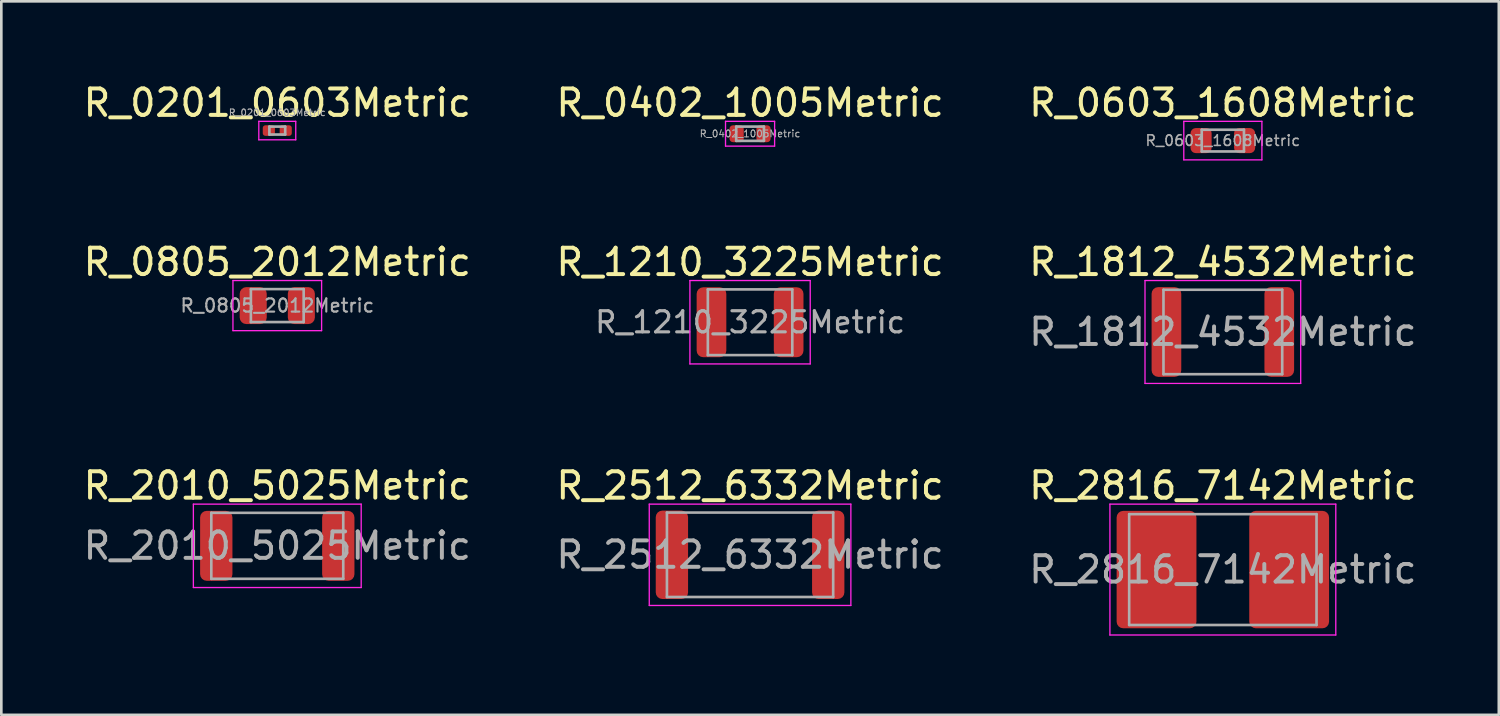
<source format=kicad_pcb>
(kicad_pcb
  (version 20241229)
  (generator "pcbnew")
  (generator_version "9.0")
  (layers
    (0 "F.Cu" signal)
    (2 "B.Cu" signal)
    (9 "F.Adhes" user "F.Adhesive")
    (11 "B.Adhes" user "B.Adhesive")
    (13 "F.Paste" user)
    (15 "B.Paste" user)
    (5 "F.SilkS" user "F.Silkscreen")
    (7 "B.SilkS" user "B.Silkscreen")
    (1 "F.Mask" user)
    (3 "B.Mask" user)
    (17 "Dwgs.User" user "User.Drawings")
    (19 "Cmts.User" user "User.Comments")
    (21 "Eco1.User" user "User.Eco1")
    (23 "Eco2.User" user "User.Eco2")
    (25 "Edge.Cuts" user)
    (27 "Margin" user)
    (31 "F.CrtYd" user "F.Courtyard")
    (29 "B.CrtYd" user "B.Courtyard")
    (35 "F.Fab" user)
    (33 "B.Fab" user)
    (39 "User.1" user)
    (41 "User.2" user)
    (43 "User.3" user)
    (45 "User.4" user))
  (footprint "R_0805_2012Metric"
    (layer "F.Cu")
    (at 7.458 8.531)
    (property "Reference" "R_0805_2012Metric" (at 0 -1.65 0) (layer "F.SilkS") (effects (font (size 1 1) (thickness 0.15))))
    (attr smd)
    (fp_line (start -1.68 -0.95) (end 1.68 -0.95) (stroke (width 0.05) (type solid)) (layer "F.CrtYd"))
    (fp_line (start -1.68 0.95) (end -1.68 -0.95) (stroke (width 0.05) (type solid)) (layer "F.CrtYd"))
    (fp_line (start 1.68 -0.95) (end 1.68 0.95) (stroke (width 0.05) (type solid)) (layer "F.CrtYd"))
    (fp_line (start 1.68 0.95) (end -1.68 0.95) (stroke (width 0.05) (type solid)) (layer "F.CrtYd"))
    (fp_line (start -1 -0.625) (end 1 -0.625) (stroke (width 0.1) (type solid)) (layer "F.Fab"))
    (fp_line (start -1 0.625) (end -1 -0.625) (stroke (width 0.1) (type solid)) (layer "F.Fab"))
    (fp_line (start 1 -0.625) (end 1 0.625) (stroke (width 0.1) (type solid)) (layer "F.Fab"))
    (fp_line (start 1 0.625) (end -1 0.625) (stroke (width 0.1) (type solid)) (layer "F.Fab"))
    (fp_text user "${REFERENCE}" (at 0 0 0) (layer "F.Fab") (effects (font (size 0.5 0.5) (thickness 0.08))))
    (pad "1" smd roundrect (at -0.912 0) (size 1.025 1.4) (layers "F.Cu" "F.Mask" "F.Paste") (roundrect_rratio 0.244))
    (pad "2" smd roundrect (at 0.912 0) (size 1.025 1.4) (layers "F.Cu" "F.Mask" "F.Paste") (roundrect_rratio 0.244)))
  (footprint "R_0402_1005Metric"
    (layer "F.Cu")
    (at 25.375 2.018)
    (property "Reference" "R_0402_1005Metric" (at 0 -1.17 0) (layer "F.SilkS") (effects (font (size 1 1) (thickness 0.15))))
    (attr smd)
    (fp_line (start -0.93 -0.47) (end 0.93 -0.47) (stroke (width 0.05) (type solid)) (layer "F.CrtYd"))
    (fp_line (start -0.93 0.47) (end -0.93 -0.47) (stroke (width 0.05) (type solid)) (layer "F.CrtYd"))
    (fp_line (start 0.93 -0.47) (end 0.93 0.47) (stroke (width 0.05) (type solid)) (layer "F.CrtYd"))
    (fp_line (start 0.93 0.47) (end -0.93 0.47) (stroke (width 0.05) (type solid)) (layer "F.CrtYd"))
    (fp_line (start -0.525 -0.27) (end 0.525 -0.27) (stroke (width 0.1) (type solid)) (layer "F.Fab"))
    (fp_line (start -0.525 0.27) (end -0.525 -0.27) (stroke (width 0.1) (type solid)) (layer "F.Fab"))
    (fp_line (start 0.525 -0.27) (end 0.525 0.27) (stroke (width 0.1) (type solid)) (layer "F.Fab"))
    (fp_line (start 0.525 0.27) (end -0.525 0.27) (stroke (width 0.1) (type solid)) (layer "F.Fab"))
    (fp_text user "${REFERENCE}" (at 0 0 0) (layer "F.Fab") (effects (font (size 0.26 0.26) (thickness 0.04))))
    (pad "1" smd roundrect (at -0.51 0) (size 0.54 0.64) (layers "F.Cu" "F.Mask" "F.Paste") (roundrect_rratio 0.25))
    (pad "2" smd roundrect (at 0.51 0) (size 0.54 0.64) (layers "F.Cu" "F.Mask" "F.Paste") (roundrect_rratio 0.25))
    (zone (net_name "") (layer "F.Cu") (hatch edge 0.5) (connect_pads) (min_thickness 0.25) (filled_areas_thickness no) (keepout (tracks allowed) (vias allowed) (pads allowed) (copperpour not_allowed) (footprints allowed)) (placement (enabled no)) (fill) (polygon (pts (xy 24.45 2.468) (xy 26.3 2.468) (xy 26.3 1.568) (xy 24.45 1.568)))))
  (footprint "R_2010_5025Metric"
    (layer "F.Cu")
    (at 7.458 17.635)
    (property "Reference" "R_2010_5025Metric" (at 0 -2.28 0) (layer "F.SilkS") (effects (font (size 1 1) (thickness 0.15))))
    (attr smd)
    (fp_line (start -3.18 -1.58) (end 3.18 -1.58) (stroke (width 0.05) (type solid)) (layer "F.CrtYd"))
    (fp_line (start -3.18 1.58) (end -3.18 -1.58) (stroke (width 0.05) (type solid)) (layer "F.CrtYd"))
    (fp_line (start 3.18 -1.58) (end 3.18 1.58) (stroke (width 0.05) (type solid)) (layer "F.CrtYd"))
    (fp_line (start 3.18 1.58) (end -3.18 1.58) (stroke (width 0.05) (type solid)) (layer "F.CrtYd"))
    (fp_line (start -2.5 -1.25) (end 2.5 -1.25) (stroke (width 0.1) (type solid)) (layer "F.Fab"))
    (fp_line (start -2.5 1.25) (end -2.5 -1.25) (stroke (width 0.1) (type solid)) (layer "F.Fab"))
    (fp_line (start 2.5 -1.25) (end 2.5 1.25) (stroke (width 0.1) (type solid)) (layer "F.Fab"))
    (fp_line (start 2.5 1.25) (end -2.5 1.25) (stroke (width 0.1) (type solid)) (layer "F.Fab"))
    (fp_text user "${REFERENCE}" (at 0 0 0) (layer "F.Fab") (effects (font (size 1 1) (thickness 0.15))))
    (pad "1" smd roundrect (at -2.312 0) (size 1.225 2.65) (layers "F.Cu" "F.Mask" "F.Paste") (roundrect_rratio 0.204))
    (pad "2" smd roundrect (at 2.312 0) (size 1.225 2.65) (layers "F.Cu" "F.Mask" "F.Paste") (roundrect_rratio 0.204)))
  (footprint "R_1210_3225Metric"
    (layer "F.Cu")
    (at 25.375 9.162)
    (property "Reference" "R_1210_3225Metric" (at 0 -2.28 0) (layer "F.SilkS") (effects (font (size 1 1) (thickness 0.15))))
    (attr smd)
    (fp_line (start -2.28 -1.58) (end 2.28 -1.58) (stroke (width 0.05) (type solid)) (layer "F.CrtYd"))
    (fp_line (start -2.28 1.58) (end -2.28 -1.58) (stroke (width 0.05) (type solid)) (layer "F.CrtYd"))
    (fp_line (start 2.28 -1.58) (end 2.28 1.58) (stroke (width 0.05) (type solid)) (layer "F.CrtYd"))
    (fp_line (start 2.28 1.58) (end -2.28 1.58) (stroke (width 0.05) (type solid)) (layer "F.CrtYd"))
    (fp_line (start -1.6 -1.245) (end 1.6 -1.245) (stroke (width 0.1) (type solid)) (layer "F.Fab"))
    (fp_line (start -1.6 1.245) (end -1.6 -1.245) (stroke (width 0.1) (type solid)) (layer "F.Fab"))
    (fp_line (start 1.6 -1.245) (end 1.6 1.245) (stroke (width 0.1) (type solid)) (layer "F.Fab"))
    (fp_line (start 1.6 1.245) (end -1.6 1.245) (stroke (width 0.1) (type solid)) (layer "F.Fab"))
    (fp_text user "${REFERENCE}" (at 0 0 0) (layer "F.Fab") (effects (font (size 0.8 0.8) (thickness 0.12))))
    (pad "1" smd roundrect (at -1.462 0) (size 1.125 2.65) (layers "F.Cu" "F.Mask" "F.Paste") (roundrect_rratio 0.222))
    (pad "2" smd roundrect (at 1.462 0) (size 1.125 2.65) (layers "F.Cu" "F.Mask" "F.Paste") (roundrect_rratio 0.222)))
  (footprint "R_2816_7142Metric"
    (layer "F.Cu")
    (at 43.292 18.535)
    (property "Reference" "R_2816_7142Metric" (at 0 -3.18 0) (layer "F.SilkS") (effects (font (size 1 1) (thickness 0.15))))
    (attr smd)
    (fp_line (start -4.28 -2.48) (end 4.28 -2.48) (stroke (width 0.05) (type solid)) (layer "F.CrtYd"))
    (fp_line (start -4.28 2.48) (end -4.28 -2.48) (stroke (width 0.05) (type solid)) (layer "F.CrtYd"))
    (fp_line (start 4.28 -2.48) (end 4.28 2.48) (stroke (width 0.05) (type solid)) (layer "F.CrtYd"))
    (fp_line (start 4.28 2.48) (end -4.28 2.48) (stroke (width 0.05) (type solid)) (layer "F.CrtYd"))
    (fp_line (start -3.55 -2.1) (end 3.55 -2.1) (stroke (width 0.1) (type solid)) (layer "F.Fab"))
    (fp_line (start -3.55 2.1) (end -3.55 -2.1) (stroke (width 0.1) (type solid)) (layer "F.Fab"))
    (fp_line (start 3.55 -2.1) (end 3.55 2.1) (stroke (width 0.1) (type solid)) (layer "F.Fab"))
    (fp_line (start 3.55 2.1) (end -3.55 2.1) (stroke (width 0.1) (type solid)) (layer "F.Fab"))
    (fp_text user "${REFERENCE}" (at 0 0 0) (layer "F.Fab") (effects (font (size 1 1) (thickness 0.15))))
    (pad "1" smd roundrect (at -2.513 0) (size 3.025 4.45) (layers "F.Cu" "F.Mask" "F.Paste") (roundrect_rratio 0.083))
    (pad "2" smd roundrect (at 2.513 0) (size 3.025 4.45) (layers "F.Cu" "F.Mask" "F.Paste") (roundrect_rratio 0.083)))
  (footprint "R_0201_0603Metric"
    (layer "F.Cu")
    (at 7.458 1.898)
    (property "Reference" "R_0201_0603Metric" (at 0 -1.05 0) (layer "F.SilkS") (effects (font (size 1 1) (thickness 0.15))))
    (attr smd)
    (fp_line (start -0.7 -0.35) (end 0.7 -0.35) (stroke (width 0.05) (type solid)) (layer "F.CrtYd"))
    (fp_line (start -0.7 0.35) (end -0.7 -0.35) (stroke (width 0.05) (type solid)) (layer "F.CrtYd"))
    (fp_line (start 0.7 -0.35) (end 0.7 0.35) (stroke (width 0.05) (type solid)) (layer "F.CrtYd"))
    (fp_line (start 0.7 0.35) (end -0.7 0.35) (stroke (width 0.05) (type solid)) (layer "F.CrtYd"))
    (fp_line (start -0.3 -0.15) (end 0.3 -0.15) (stroke (width 0.1) (type solid)) (layer "F.Fab"))
    (fp_line (start -0.3 0.15) (end -0.3 -0.15) (stroke (width 0.1) (type solid)) (layer "F.Fab"))
    (fp_line (start 0.3 -0.15) (end 0.3 0.15) (stroke (width 0.1) (type solid)) (layer "F.Fab"))
    (fp_line (start 0.3 0.15) (end -0.3 0.15) (stroke (width 0.1) (type solid)) (layer "F.Fab"))
    (fp_text user "${REFERENCE}" (at 0 -0.68 0) (layer "F.Fab") (effects (font (size 0.25 0.25) (thickness 0.04))))
    (pad "" smd roundrect (at -0.345 0) (size 0.318 0.36) (layers "F.Paste") (roundrect_rratio 0.25))
    (pad "" smd roundrect (at 0.345 0) (size 0.318 0.36) (layers "F.Paste") (roundrect_rratio 0.25))
    (pad "1" smd roundrect (at -0.32 0) (size 0.46 0.4) (layers "F.Cu" "F.Mask") (roundrect_rratio 0.25))
    (pad "2" smd roundrect (at 0.32 0) (size 0.46 0.4) (layers "F.Cu" "F.Mask") (roundrect_rratio 0.25)))
  (footprint "R_1812_4532Metric"
    (layer "F.Cu")
    (at 43.292 9.531)
    (property "Reference" "R_1812_4532Metric" (at 0 -2.65 0) (layer "F.SilkS") (effects (font (size 1 1) (thickness 0.15))))
    (attr smd)
    (fp_line (start -2.95 -1.95) (end 2.95 -1.95) (stroke (width 0.05) (type solid)) (layer "F.CrtYd"))
    (fp_line (start -2.95 1.95) (end -2.95 -1.95) (stroke (width 0.05) (type solid)) (layer "F.CrtYd"))
    (fp_line (start 2.95 -1.95) (end 2.95 1.95) (stroke (width 0.05) (type solid)) (layer "F.CrtYd"))
    (fp_line (start 2.95 1.95) (end -2.95 1.95) (stroke (width 0.05) (type solid)) (layer "F.CrtYd"))
    (fp_line (start -2.25 -1.6) (end 2.25 -1.6) (stroke (width 0.1) (type solid)) (layer "F.Fab"))
    (fp_line (start -2.25 1.6) (end -2.25 -1.6) (stroke (width 0.1) (type solid)) (layer "F.Fab"))
    (fp_line (start 2.25 -1.6) (end 2.25 1.6) (stroke (width 0.1) (type solid)) (layer "F.Fab"))
    (fp_line (start 2.25 1.6) (end -2.25 1.6) (stroke (width 0.1) (type solid)) (layer "F.Fab"))
    (fp_text user "${REFERENCE}" (at 0 0 0) (layer "F.Fab") (effects (font (size 1 1) (thickness 0.15))))
    (pad "1" smd roundrect (at -2.138 0) (size 1.125 3.4) (layers "F.Cu" "F.Mask" "F.Paste") (roundrect_rratio 0.222))
    (pad "2" smd roundrect (at 2.138 0) (size 1.125 3.4) (layers "F.Cu" "F.Mask" "F.Paste") (roundrect_rratio 0.222)))
  (footprint "R_2512_6332Metric"
    (layer "F.Cu")
    (at 25.375 17.975)
    (property "Reference" "R_2512_6332Metric" (at 0 -2.62 0) (layer "F.SilkS") (effects (font (size 1 1) (thickness 0.15))))
    (attr smd)
    (fp_line (start -3.82 -1.92) (end 3.82 -1.92) (stroke (width 0.05) (type solid)) (layer "F.CrtYd"))
    (fp_line (start -3.82 1.92) (end -3.82 -1.92) (stroke (width 0.05) (type solid)) (layer "F.CrtYd"))
    (fp_line (start 3.82 -1.92) (end 3.82 1.92) (stroke (width 0.05) (type solid)) (layer "F.CrtYd"))
    (fp_line (start 3.82 1.92) (end -3.82 1.92) (stroke (width 0.05) (type solid)) (layer "F.CrtYd"))
    (fp_line (start -3.15 -1.6) (end 3.15 -1.6) (stroke (width 0.1) (type solid)) (layer "F.Fab"))
    (fp_line (start -3.15 1.6) (end -3.15 -1.6) (stroke (width 0.1) (type solid)) (layer "F.Fab"))
    (fp_line (start 3.15 -1.6) (end 3.15 1.6) (stroke (width 0.1) (type solid)) (layer "F.Fab"))
    (fp_line (start 3.15 1.6) (end -3.15 1.6) (stroke (width 0.1) (type solid)) (layer "F.Fab"))
    (fp_text user "${REFERENCE}" (at 0 0 0) (layer "F.Fab") (effects (font (size 1 1) (thickness 0.15))))
    (pad "1" smd roundrect (at -2.962 0) (size 1.225 3.35) (layers "F.Cu" "F.Mask" "F.Paste") (roundrect_rratio 0.204))
    (pad "2" smd roundrect (at 2.962 0) (size 1.225 3.35) (layers "F.Cu" "F.Mask" "F.Paste") (roundrect_rratio 0.204)))
  (footprint "R_0603_1608Metric"
    (layer "F.Cu")
    (at 43.292 2.278)
    (property "Reference" "R_0603_1608Metric" (at 0 -1.43 0) (layer "F.SilkS") (effects (font (size 1 1) (thickness 0.15))))
    (attr smd)
    (fp_line (start -1.48 -0.73) (end 1.48 -0.73) (stroke (width 0.05) (type solid)) (layer "F.CrtYd"))
    (fp_line (start -1.48 0.73) (end -1.48 -0.73) (stroke (width 0.05) (type solid)) (layer "F.CrtYd"))
    (fp_line (start 1.48 -0.73) (end 1.48 0.73) (stroke (width 0.05) (type solid)) (layer "F.CrtYd"))
    (fp_line (start 1.48 0.73) (end -1.48 0.73) (stroke (width 0.05) (type solid)) (layer "F.CrtYd"))
    (fp_line (start -0.8 -0.412) (end 0.8 -0.412) (stroke (width 0.1) (type solid)) (layer "F.Fab"))
    (fp_line (start -0.8 0.412) (end -0.8 -0.412) (stroke (width 0.1) (type solid)) (layer "F.Fab"))
    (fp_line (start 0.8 -0.412) (end 0.8 0.412) (stroke (width 0.1) (type solid)) (layer "F.Fab"))
    (fp_line (start 0.8 0.412) (end -0.8 0.412) (stroke (width 0.1) (type solid)) (layer "F.Fab"))
    (fp_text user "${REFERENCE}" (at 0 0 0) (layer "F.Fab") (effects (font (size 0.4 0.4) (thickness 0.06))))
    (pad "1" smd roundrect (at -0.825 0) (size 0.8 0.95) (layers "F.Cu" "F.Mask" "F.Paste") (roundrect_rratio 0.25))
    (pad "2" smd roundrect (at 0.825 0) (size 0.8 0.95) (layers "F.Cu" "F.Mask" "F.Paste") (roundrect_rratio 0.25)))
  (gr_rect
    (start -3 -3)
    (end 53.75 24.04)
    (stroke (width 0.1) (type default))
    (fill no)
    (layer "Edge.Cuts")))
</source>
